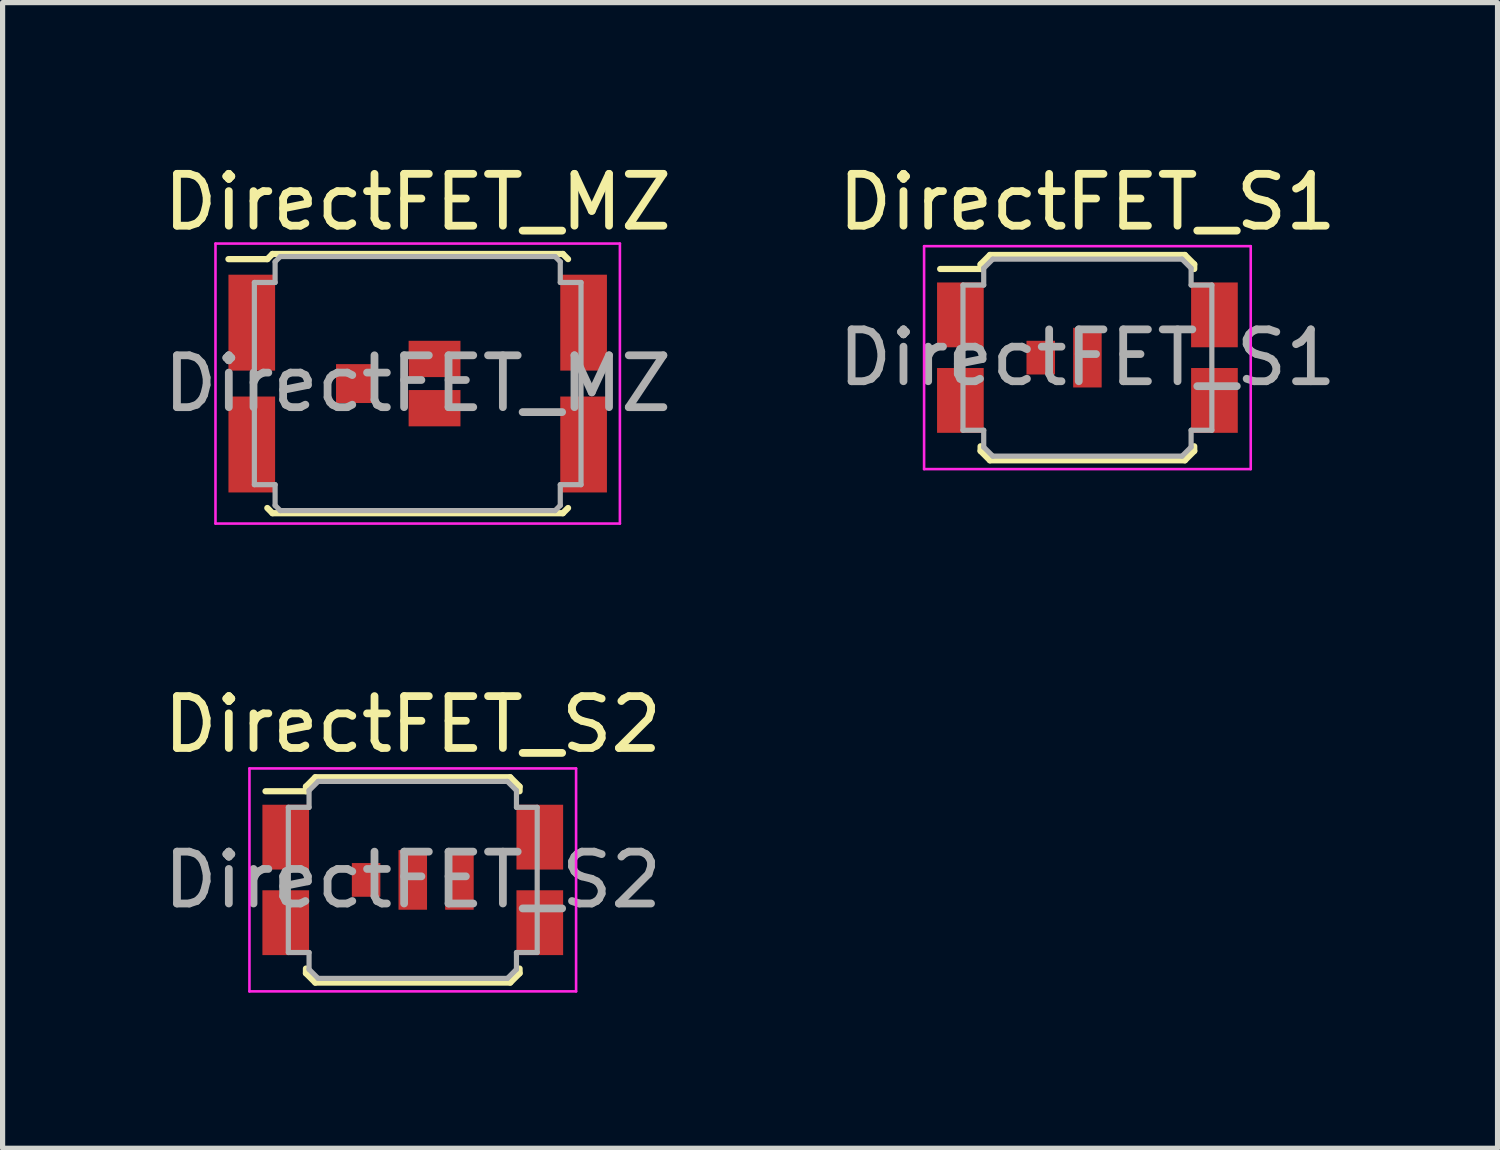
<source format=kicad_pcb>
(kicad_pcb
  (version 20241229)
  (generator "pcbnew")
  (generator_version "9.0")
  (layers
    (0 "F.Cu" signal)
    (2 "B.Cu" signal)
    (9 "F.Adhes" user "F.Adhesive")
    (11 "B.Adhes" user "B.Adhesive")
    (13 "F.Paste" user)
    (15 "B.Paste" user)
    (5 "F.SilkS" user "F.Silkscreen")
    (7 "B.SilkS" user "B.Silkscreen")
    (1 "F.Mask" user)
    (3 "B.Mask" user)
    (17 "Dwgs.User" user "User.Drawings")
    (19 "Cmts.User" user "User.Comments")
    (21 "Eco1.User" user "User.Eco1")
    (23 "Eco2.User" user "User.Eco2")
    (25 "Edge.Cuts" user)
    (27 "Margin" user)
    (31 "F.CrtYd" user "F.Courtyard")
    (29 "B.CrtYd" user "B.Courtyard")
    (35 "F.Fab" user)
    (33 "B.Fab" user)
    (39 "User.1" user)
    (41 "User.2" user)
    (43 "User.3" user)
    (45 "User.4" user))
  (footprint "DirectFET_S2"
    (layer "F.Cu")
    (at 4.911 13.921)
    (property "Reference" "DirectFET_S2" (at 0 -3 0) (layer "F.SilkS") (effects (font (size 1 1) (thickness 0.15))))
    (attr smd)
    (fp_line (start -2.84 -1.71) (end -2.06 -1.71) (stroke (width 0.12) (type solid)) (layer "F.SilkS"))
    (fp_line (start -2.06 -1.8) (end -1.88 -1.98) (stroke (width 0.12) (type solid)) (layer "F.SilkS"))
    (fp_line (start -2.06 -1.71) (end -2.06 -1.8) (stroke (width 0.12) (type solid)) (layer "F.SilkS"))
    (fp_line (start -2.06 1.71) (end -2.06 1.8) (stroke (width 0.12) (type solid)) (layer "F.SilkS"))
    (fp_line (start -2.06 1.8) (end -1.88 1.98) (stroke (width 0.12) (type solid)) (layer "F.SilkS"))
    (fp_line (start -1.88 -1.98) (end 1.88 -1.98) (stroke (width 0.12) (type solid)) (layer "F.SilkS"))
    (fp_line (start -1.88 1.98) (end 1.88 1.98) (stroke (width 0.12) (type solid)) (layer "F.SilkS"))
    (fp_line (start 2.06 -1.8) (end 1.88 -1.98) (stroke (width 0.12) (type solid)) (layer "F.SilkS"))
    (fp_line (start 2.06 -1.71) (end 2.06 -1.8) (stroke (width 0.12) (type solid)) (layer "F.SilkS"))
    (fp_line (start 2.06 1.71) (end 2.06 1.8) (stroke (width 0.12) (type solid)) (layer "F.SilkS"))
    (fp_line (start 2.06 1.8) (end 1.88 1.98) (stroke (width 0.12) (type solid)) (layer "F.SilkS"))
    (fp_line (start -3.15 -2.15) (end -3.15 2.15) (stroke (width 0.05) (type solid)) (layer "F.CrtYd"))
    (fp_line (start -3.15 -2.15) (end 3.15 -2.15) (stroke (width 0.05) (type solid)) (layer "F.CrtYd"))
    (fp_line (start -3.15 2.15) (end 3.15 2.15) (stroke (width 0.05) (type solid)) (layer "F.CrtYd"))
    (fp_line (start 3.15 -2.15) (end 3.15 2.15) (stroke (width 0.05) (type solid)) (layer "F.CrtYd"))
    (fp_line (start -2.4 -1.4) (end -2 -1.4) (stroke (width 0.1) (type solid)) (layer "F.Fab"))
    (fp_line (start -2.4 1.4) (end -2.4 -1.4) (stroke (width 0.1) (type solid)) (layer "F.Fab"))
    (fp_line (start -2.4 1.4) (end -2 1.4) (stroke (width 0.1) (type solid)) (layer "F.Fab"))
    (fp_line (start -2 -1.725) (end -1.825 -1.9) (stroke (width 0.1) (type solid)) (layer "F.Fab"))
    (fp_line (start -2 -1.4) (end -2 -1.725) (stroke (width 0.1) (type solid)) (layer "F.Fab"))
    (fp_line (start -2 1.4) (end -2 1.725) (stroke (width 0.1) (type solid)) (layer "F.Fab"))
    (fp_line (start -2 1.725) (end -1.825 1.9) (stroke (width 0.1) (type solid)) (layer "F.Fab"))
    (fp_line (start -1.825 -1.9) (end 1.825 -1.9) (stroke (width 0.1) (type solid)) (layer "F.Fab"))
    (fp_line (start -1.825 1.9) (end 1.825 1.9) (stroke (width 0.1) (type solid)) (layer "F.Fab"))
    (fp_line (start 1.825 -1.9) (end 2 -1.725) (stroke (width 0.1) (type solid)) (layer "F.Fab"))
    (fp_line (start 1.825 1.9) (end 2 1.725) (stroke (width 0.1) (type solid)) (layer "F.Fab"))
    (fp_line (start 2 -1.4) (end 2 -1.725) (stroke (width 0.1) (type solid)) (layer "F.Fab"))
    (fp_line (start 2 1.4) (end 2 1.725) (stroke (width 0.1) (type solid)) (layer "F.Fab"))
    (fp_line (start 2.4 -1.4) (end 2 -1.4) (stroke (width 0.1) (type solid)) (layer "F.Fab"))
    (fp_line (start 2.4 1.4) (end 2 1.4) (stroke (width 0.1) (type solid)) (layer "F.Fab"))
    (fp_line (start 2.4 1.4) (end 2.4 -1.4) (stroke (width 0.1) (type solid)) (layer "F.Fab"))
    (fp_text user "${REFERENCE}" (at 0 0 0) (layer "F.Fab") (effects (font (size 1 1) (thickness 0.15))))
    (pad "1" smd rect (at -2.45 -0.825) (size 0.9 1.25) (layers "F.Cu" "F.Mask" "F.Paste"))
    (pad "1" smd rect (at -2.45 0.825) (size 0.9 1.25) (layers "F.Cu" "F.Mask" "F.Paste"))
    (pad "1" smd rect (at 2.45 -0.825) (size 0.9 1.25) (layers "F.Cu" "F.Mask" "F.Paste"))
    (pad "1" smd rect (at 2.45 0.825) (size 0.9 1.25) (layers "F.Cu" "F.Mask" "F.Paste"))
    (pad "2" smd rect (at -0.9 0) (size 0.55 0.65) (layers "F.Cu" "F.Mask" "F.Paste"))
    (pad "3" smd rect (at 0 0) (size 0.55 1.15) (layers "F.Cu" "F.Mask" "F.Paste"))
    (pad "3" smd rect (at 0.9 0) (size 0.55 1.15) (layers "F.Cu" "F.Mask" "F.Paste")))
  (footprint "DirectFET_S1"
    (layer "F.Cu")
    (at 17.923 3.848)
    (property "Reference" "DirectFET_S1" (at 0 -3 0) (layer "F.SilkS") (effects (font (size 1 1) (thickness 0.15))))
    (attr smd)
    (fp_line (start -2.84 -1.71) (end -2.06 -1.71) (stroke (width 0.12) (type solid)) (layer "F.SilkS"))
    (fp_line (start -2.06 -1.8) (end -1.88 -1.98) (stroke (width 0.12) (type solid)) (layer "F.SilkS"))
    (fp_line (start -2.06 -1.71) (end -2.06 -1.8) (stroke (width 0.12) (type solid)) (layer "F.SilkS"))
    (fp_line (start -2.06 1.71) (end -2.06 1.8) (stroke (width 0.12) (type solid)) (layer "F.SilkS"))
    (fp_line (start -2.06 1.8) (end -1.88 1.98) (stroke (width 0.12) (type solid)) (layer "F.SilkS"))
    (fp_line (start -1.88 -1.98) (end 1.88 -1.98) (stroke (width 0.12) (type solid)) (layer "F.SilkS"))
    (fp_line (start -1.88 1.98) (end 1.88 1.98) (stroke (width 0.12) (type solid)) (layer "F.SilkS"))
    (fp_line (start 2.06 -1.8) (end 1.88 -1.98) (stroke (width 0.12) (type solid)) (layer "F.SilkS"))
    (fp_line (start 2.06 -1.71) (end 2.06 -1.8) (stroke (width 0.12) (type solid)) (layer "F.SilkS"))
    (fp_line (start 2.06 1.71) (end 2.06 1.8) (stroke (width 0.12) (type solid)) (layer "F.SilkS"))
    (fp_line (start 2.06 1.8) (end 1.88 1.98) (stroke (width 0.12) (type solid)) (layer "F.SilkS"))
    (fp_line (start -3.15 -2.15) (end -3.15 2.15) (stroke (width 0.05) (type solid)) (layer "F.CrtYd"))
    (fp_line (start -3.15 -2.15) (end 3.15 -2.15) (stroke (width 0.05) (type solid)) (layer "F.CrtYd"))
    (fp_line (start -3.15 2.15) (end 3.15 2.15) (stroke (width 0.05) (type solid)) (layer "F.CrtYd"))
    (fp_line (start 3.15 -2.15) (end 3.15 2.15) (stroke (width 0.05) (type solid)) (layer "F.CrtYd"))
    (fp_line (start -2.4 -1.4) (end -2 -1.4) (stroke (width 0.1) (type solid)) (layer "F.Fab"))
    (fp_line (start -2.4 1.4) (end -2.4 -1.4) (stroke (width 0.1) (type solid)) (layer "F.Fab"))
    (fp_line (start -2.4 1.4) (end -2 1.4) (stroke (width 0.1) (type solid)) (layer "F.Fab"))
    (fp_line (start -2 -1.725) (end -1.825 -1.9) (stroke (width 0.1) (type solid)) (layer "F.Fab"))
    (fp_line (start -2 -1.4) (end -2 -1.725) (stroke (width 0.1) (type solid)) (layer "F.Fab"))
    (fp_line (start -2 1.4) (end -2 1.725) (stroke (width 0.1) (type solid)) (layer "F.Fab"))
    (fp_line (start -2 1.725) (end -1.825 1.9) (stroke (width 0.1) (type solid)) (layer "F.Fab"))
    (fp_line (start -1.825 -1.9) (end 1.825 -1.9) (stroke (width 0.1) (type solid)) (layer "F.Fab"))
    (fp_line (start -1.825 1.9) (end 1.825 1.9) (stroke (width 0.1) (type solid)) (layer "F.Fab"))
    (fp_line (start 1.825 -1.9) (end 2 -1.725) (stroke (width 0.1) (type solid)) (layer "F.Fab"))
    (fp_line (start 1.825 1.9) (end 2 1.725) (stroke (width 0.1) (type solid)) (layer "F.Fab"))
    (fp_line (start 2 -1.4) (end 2 -1.725) (stroke (width 0.1) (type solid)) (layer "F.Fab"))
    (fp_line (start 2 1.4) (end 2 1.725) (stroke (width 0.1) (type solid)) (layer "F.Fab"))
    (fp_line (start 2.4 -1.4) (end 2 -1.4) (stroke (width 0.1) (type solid)) (layer "F.Fab"))
    (fp_line (start 2.4 1.4) (end 2 1.4) (stroke (width 0.1) (type solid)) (layer "F.Fab"))
    (fp_line (start 2.4 1.4) (end 2.4 -1.4) (stroke (width 0.1) (type solid)) (layer "F.Fab"))
    (fp_text user "${REFERENCE}" (at 0 0 0) (layer "F.Fab") (effects (font (size 1 1) (thickness 0.15))))
    (pad "1" smd rect (at -2.45 -0.825) (size 0.9 1.25) (layers "F.Cu" "F.Mask" "F.Paste"))
    (pad "1" smd rect (at -2.45 0.825) (size 0.9 1.25) (layers "F.Cu" "F.Mask" "F.Paste"))
    (pad "1" smd rect (at 2.45 -0.825) (size 0.9 1.25) (layers "F.Cu" "F.Mask" "F.Paste"))
    (pad "1" smd rect (at 2.45 0.825) (size 0.9 1.25) (layers "F.Cu" "F.Mask" "F.Paste"))
    (pad "2" smd rect (at -0.9 0) (size 0.55 0.65) (layers "F.Cu" "F.Mask" "F.Paste"))
    (pad "3" smd rect (at 0 0) (size 0.55 1.15) (layers "F.Cu" "F.Mask" "F.Paste")))
  (footprint "DirectFET_MZ"
    (layer "F.Cu")
    (at 5.006 4.348)
    (property "Reference" "DirectFET_MZ" (at 0 -3.5 0) (layer "F.SilkS") (effects (font (size 1 1) (thickness 0.15))))
    (attr smd)
    (fp_line (start -3.65 -2.4) (end -2.9 -2.4) (stroke (width 0.12) (type solid)) (layer "F.SilkS"))
    (fp_line (start -2.9 -2.4) (end -2.8 -2.5) (stroke (width 0.12) (type solid)) (layer "F.SilkS"))
    (fp_line (start -2.8 -2.5) (end 2.8 -2.5) (stroke (width 0.12) (type solid)) (layer "F.SilkS"))
    (fp_line (start -2.8 2.5) (end -2.9 2.4) (stroke (width 0.12) (type solid)) (layer "F.SilkS"))
    (fp_line (start 2.8 -2.5) (end 2.9 -2.4) (stroke (width 0.12) (type solid)) (layer "F.SilkS"))
    (fp_line (start 2.8 2.5) (end -2.8 2.5) (stroke (width 0.12) (type solid)) (layer "F.SilkS"))
    (fp_line (start 2.9 2.4) (end 2.8 2.5) (stroke (width 0.12) (type solid)) (layer "F.SilkS"))
    (fp_line (start -3.9 -2.7) (end -3.9 2.7) (stroke (width 0.05) (type solid)) (layer "F.CrtYd"))
    (fp_line (start -3.9 2.7) (end 3.9 2.7) (stroke (width 0.05) (type solid)) (layer "F.CrtYd"))
    (fp_line (start 3.9 -2.7) (end -3.9 -2.7) (stroke (width 0.05) (type solid)) (layer "F.CrtYd"))
    (fp_line (start 3.9 2.7) (end 3.9 -2.7) (stroke (width 0.05) (type solid)) (layer "F.CrtYd"))
    (fp_line (start -3.15 -1.95) (end -2.75 -1.95) (stroke (width 0.1) (type solid)) (layer "F.Fab"))
    (fp_line (start -3.15 1.95) (end -3.15 -1.95) (stroke (width 0.1) (type solid)) (layer "F.Fab"))
    (fp_line (start -3.15 1.95) (end -2.75 1.95) (stroke (width 0.1) (type solid)) (layer "F.Fab"))
    (fp_line (start -2.75 -2.35) (end -2.65 -2.45) (stroke (width 0.1) (type solid)) (layer "F.Fab"))
    (fp_line (start -2.75 -1.95) (end -2.75 -2.35) (stroke (width 0.1) (type solid)) (layer "F.Fab"))
    (fp_line (start -2.75 1.95) (end -2.75 2.35) (stroke (width 0.1) (type solid)) (layer "F.Fab"))
    (fp_line (start -2.75 2.35) (end -2.65 2.45) (stroke (width 0.1) (type solid)) (layer "F.Fab"))
    (fp_line (start -2.65 2.45) (end 2.65 2.45) (stroke (width 0.1) (type solid)) (layer "F.Fab"))
    (fp_line (start 2.65 -2.45) (end -2.65 -2.45) (stroke (width 0.1) (type solid)) (layer "F.Fab"))
    (fp_line (start 2.65 -2.45) (end 2.75 -2.35) (stroke (width 0.1) (type solid)) (layer "F.Fab"))
    (fp_line (start 2.75 -2.35) (end 2.75 -1.95) (stroke (width 0.1) (type solid)) (layer "F.Fab"))
    (fp_line (start 2.75 -1.95) (end 3.15 -1.95) (stroke (width 0.1) (type solid)) (layer "F.Fab"))
    (fp_line (start 2.75 1.95) (end 2.75 2.35) (stroke (width 0.1) (type solid)) (layer "F.Fab"))
    (fp_line (start 2.75 2.35) (end 2.65 2.45) (stroke (width 0.1) (type solid)) (layer "F.Fab"))
    (fp_line (start 3.15 -1.95) (end 3.15 1.95) (stroke (width 0.1) (type solid)) (layer "F.Fab"))
    (fp_line (start 3.15 1.95) (end 2.75 1.95) (stroke (width 0.1) (type solid)) (layer "F.Fab"))
    (fp_text user "${REFERENCE}" (at 0 0 0) (layer "F.Fab") (effects (font (size 1 1) (thickness 0.15))))
    (pad "1" smd rect (at -3.2 -1.175) (size 0.9 1.85) (layers "F.Cu" "F.Mask" "F.Paste"))
    (pad "1" smd rect (at -3.2 1.175) (size 0.9 1.85) (layers "F.Cu" "F.Mask" "F.Paste"))
    (pad "1" smd rect (at 3.2 -1.175) (size 0.9 1.85) (layers "F.Cu" "F.Mask" "F.Paste"))
    (pad "1" smd rect (at 3.2 1.175) (size 0.9 1.85) (layers "F.Cu" "F.Mask" "F.Paste"))
    (pad "2" smd rect (at -1.2 0) (size 0.75 0.75) (layers "F.Cu" "F.Mask" "F.Paste"))
    (pad "3" smd rect (at 0.325 -0.475) (size 1 0.7) (layers "F.Cu" "F.Mask" "F.Paste"))
    (pad "3" smd rect (at 0.325 0.475) (size 1 0.7) (layers "F.Cu" "F.Mask" "F.Paste")))
  (gr_rect
    (start -3 -3)
    (end 25.833 19.096)
    (stroke (width 0.1) (type default))
    (fill no)
    (layer "Edge.Cuts")))
</source>
